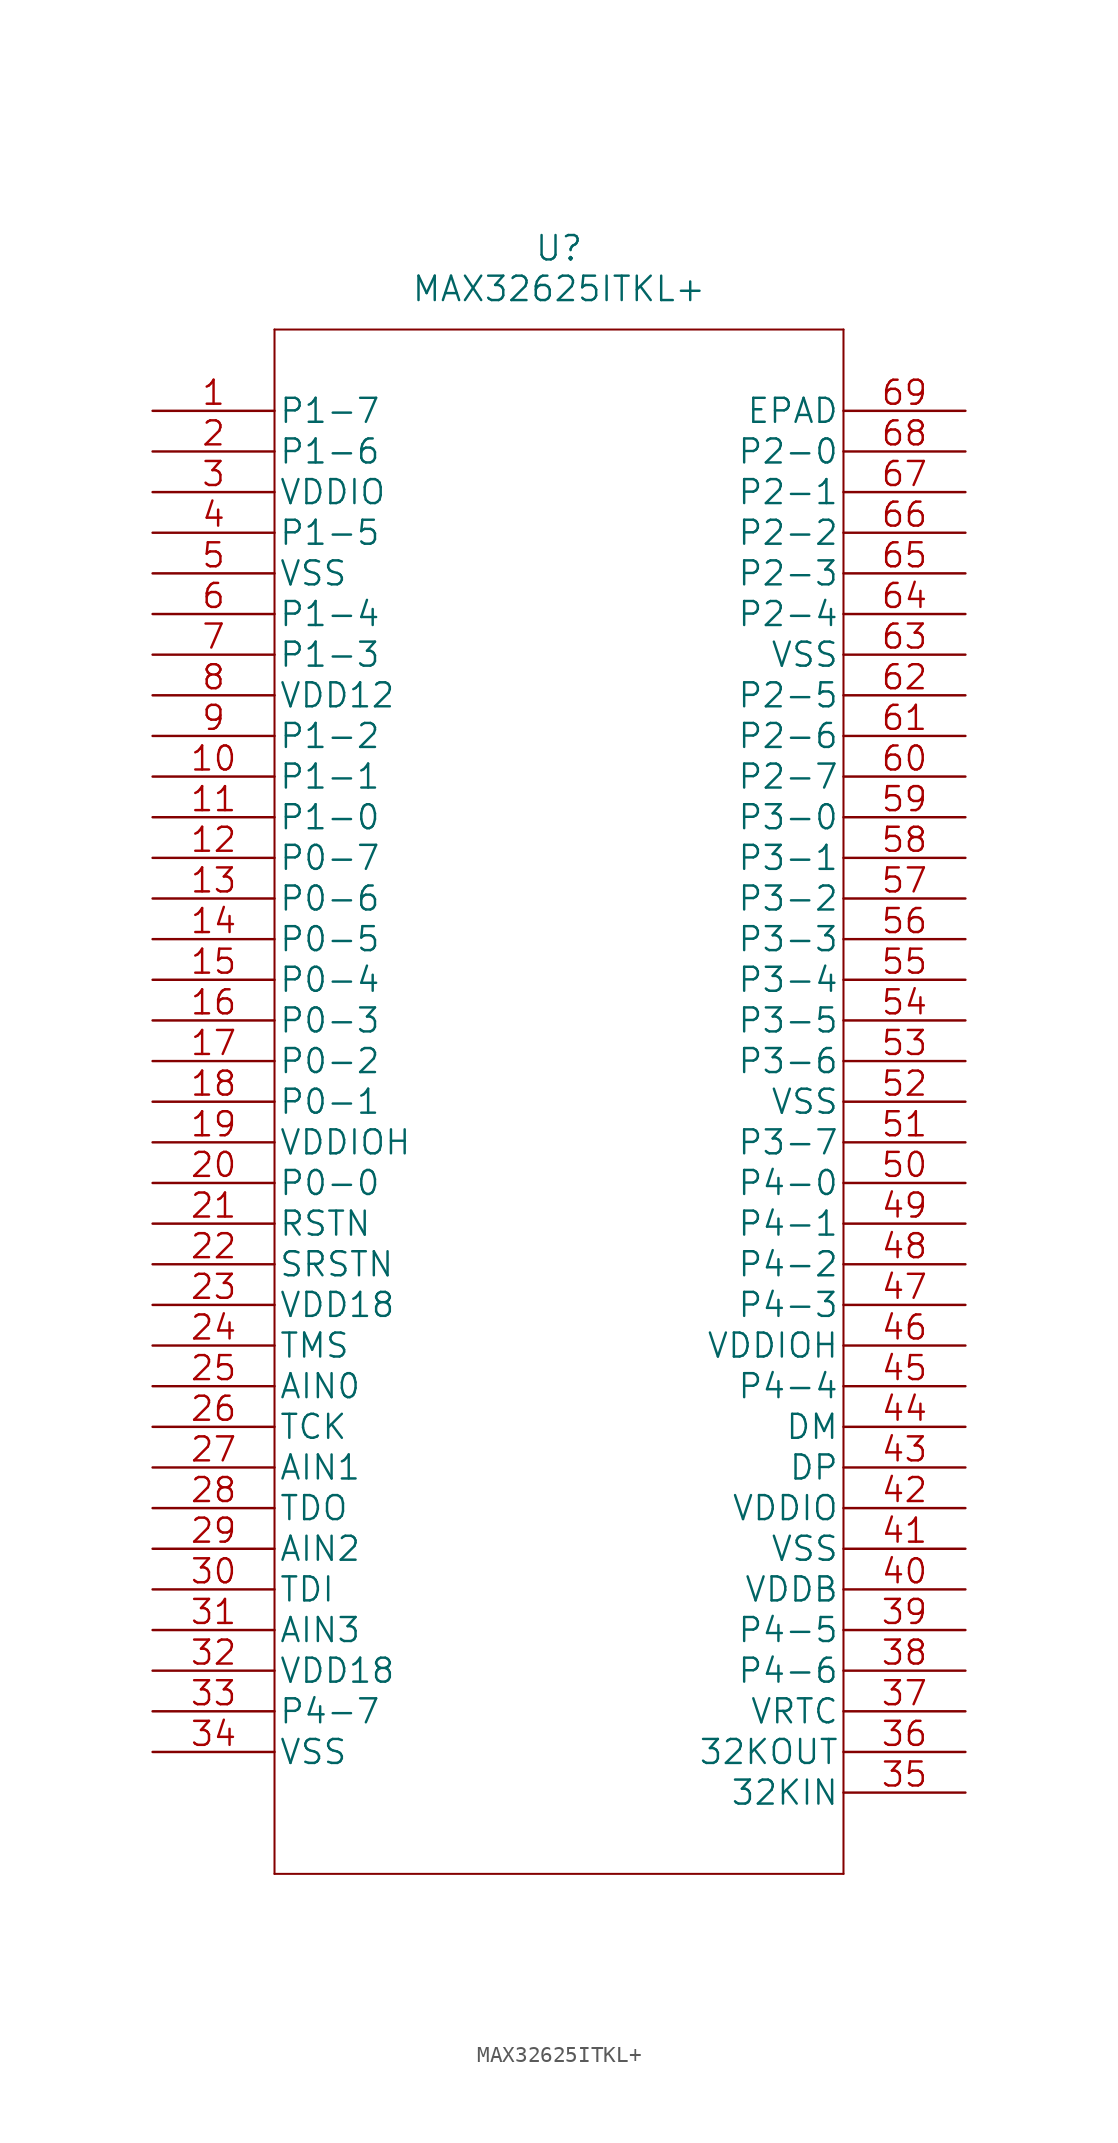
<source format=kicad_sym>
(kicad_symbol_lib
  (version 20211014)
  (generator kicad_symbol_editor)
  (symbol "MAX32625ITKL+"
    (pin_names
      (offset 0.254))
    (property "Reference" "U"
      (at 25.4 10.16 0)
      (effects (font (size 1.524 1.524))))
    (property "Value" "MAX32625ITKL+"
      (at 25.4 7.62 0)
      (effects (font (size 1.524 1.524))))
    (property "Datasheet" ""
      (at 0 0 0)
      (effects (font (size 1.524 1.524))))
    (property "ki_locked" ""
      (at 0 0 0)
      (effects (font (size 1.27 1.27))))
    (symbol "MAX32625ITKL+_1_1"
      (polyline (pts (xy 7.62 -91.44) (xy 43.18 -91.44)) (stroke (width 0.127) (type default) (color 0 0 0 0)) (fill (type none)))
      (polyline (pts (xy 7.62 5.08) (xy 7.62 -91.44)) (stroke (width 0.127) (type default) (color 0 0 0 0)) (fill (type none)))
      (polyline (pts (xy 43.18 -91.44) (xy 43.18 5.08)) (stroke (width 0.127) (type default) (color 0 0 0 0)) (fill (type none)))
      (polyline (pts (xy 43.18 5.08) (xy 7.62 5.08)) (stroke (width 0.127) (type default) (color 0 0 0 0)) (fill (type none)))
      (pin bidirectional line (at 0 0 0) (length 7.62) (name "P1-7" (effects (font (size 1.499 1.499)))) (number "1" (effects (font (size 1.499 1.499)))))
      (pin bidirectional line (at 0 -22.86 0) (length 7.62) (name "P1-1" (effects (font (size 1.499 1.499)))) (number "10" (effects (font (size 1.499 1.499)))))
      (pin bidirectional line (at 0 -25.4 0) (length 7.62) (name "P1-0" (effects (font (size 1.499 1.499)))) (number "11" (effects (font (size 1.499 1.499)))))
      (pin bidirectional line (at 0 -27.94 0) (length 7.62) (name "P0-7" (effects (font (size 1.499 1.499)))) (number "12" (effects (font (size 1.499 1.499)))))
      (pin bidirectional line (at 0 -30.48 0) (length 7.62) (name "P0-6" (effects (font (size 1.499 1.499)))) (number "13" (effects (font (size 1.499 1.499)))))
      (pin bidirectional line (at 0 -33.02 0) (length 7.62) (name "P0-5" (effects (font (size 1.499 1.499)))) (number "14" (effects (font (size 1.499 1.499)))))
      (pin bidirectional line (at 0 -35.56 0) (length 7.62) (name "P0-4" (effects (font (size 1.499 1.499)))) (number "15" (effects (font (size 1.499 1.499)))))
      (pin bidirectional line (at 0 -38.1 0) (length 7.62) (name "P0-3" (effects (font (size 1.499 1.499)))) (number "16" (effects (font (size 1.499 1.499)))))
      (pin bidirectional line (at 0 -40.64 0) (length 7.62) (name "P0-2" (effects (font (size 1.499 1.499)))) (number "17" (effects (font (size 1.499 1.499)))))
      (pin bidirectional line (at 0 -43.18 0) (length 7.62) (name "P0-1" (effects (font (size 1.499 1.499)))) (number "18" (effects (font (size 1.499 1.499)))))
      (pin power_in line (at 0 -45.72 0) (length 7.62) (name "VDDIOH" (effects (font (size 1.499 1.499)))) (number "19" (effects (font (size 1.499 1.499)))))
      (pin bidirectional line (at 0 -2.54 0) (length 7.62) (name "P1-6" (effects (font (size 1.499 1.499)))) (number "2" (effects (font (size 1.499 1.499)))))
      (pin bidirectional line (at 0 -48.26 0) (length 7.62) (name "P0-0" (effects (font (size 1.499 1.499)))) (number "20" (effects (font (size 1.499 1.499)))))
      (pin unspecified line (at 0 -50.8 0) (length 7.62) (name "RSTN" (effects (font (size 1.499 1.499)))) (number "21" (effects (font (size 1.499 1.499)))))
      (pin unspecified line (at 0 -53.34 0) (length 7.62) (name "SRSTN" (effects (font (size 1.499 1.499)))) (number "22" (effects (font (size 1.499 1.499)))))
      (pin power_in line (at 0 -55.88 0) (length 7.62) (name "VDD18" (effects (font (size 1.499 1.499)))) (number "23" (effects (font (size 1.499 1.499)))))
      (pin unspecified line (at 0 -58.42 0) (length 7.62) (name "TMS" (effects (font (size 1.499 1.499)))) (number "24" (effects (font (size 1.499 1.499)))))
      (pin bidirectional line (at 0 -60.96 0) (length 7.62) (name "AIN0" (effects (font (size 1.499 1.499)))) (number "25" (effects (font (size 1.499 1.499)))))
      (pin unspecified line (at 0 -63.5 0) (length 7.62) (name "TCK" (effects (font (size 1.499 1.499)))) (number "26" (effects (font (size 1.499 1.499)))))
      (pin input line (at 0 -66.04 0) (length 7.62) (name "AIN1" (effects (font (size 1.499 1.499)))) (number "27" (effects (font (size 1.499 1.499)))))
      (pin unspecified line (at 0 -68.58 0) (length 7.62) (name "TDO" (effects (font (size 1.499 1.499)))) (number "28" (effects (font (size 1.499 1.499)))))
      (pin input line (at 0 -71.12 0) (length 7.62) (name "AIN2" (effects (font (size 1.499 1.499)))) (number "29" (effects (font (size 1.499 1.499)))))
      (pin power_in line (at 0 -5.08 0) (length 7.62) (name "VDDIO" (effects (font (size 1.499 1.499)))) (number "3" (effects (font (size 1.499 1.499)))))
      (pin unspecified line (at 0 -73.66 0) (length 7.62) (name "TDI" (effects (font (size 1.499 1.499)))) (number "30" (effects (font (size 1.499 1.499)))))
      (pin input line (at 0 -76.2 0) (length 7.62) (name "AIN3" (effects (font (size 1.499 1.499)))) (number "31" (effects (font (size 1.499 1.499)))))
      (pin power_in line (at 0 -78.74 0) (length 7.62) (name "VDD18" (effects (font (size 1.499 1.499)))) (number "32" (effects (font (size 1.499 1.499)))))
      (pin bidirectional line (at 0 -81.28 0) (length 7.62) (name "P4-7" (effects (font (size 1.499 1.499)))) (number "33" (effects (font (size 1.499 1.499)))))
      (pin power_in line (at 0 -83.82 0) (length 7.62) (name "VSS" (effects (font (size 1.499 1.499)))) (number "34" (effects (font (size 1.499 1.499)))))
      (pin bidirectional line (at 50.8 -86.36 180) (length 7.62) (name "32KIN" (effects (font (size 1.499 1.499)))) (number "35" (effects (font (size 1.499 1.499)))))
      (pin output line (at 50.8 -83.82 180) (length 7.62) (name "32KOUT" (effects (font (size 1.499 1.499)))) (number "36" (effects (font (size 1.499 1.499)))))
      (pin unspecified line (at 50.8 -81.28 180) (length 7.62) (name "VRTC" (effects (font (size 1.499 1.499)))) (number "37" (effects (font (size 1.499 1.499)))))
      (pin bidirectional line (at 50.8 -78.74 180) (length 7.62) (name "P4-6" (effects (font (size 1.499 1.499)))) (number "38" (effects (font (size 1.499 1.499)))))
      (pin bidirectional line (at 50.8 -76.2 180) (length 7.62) (name "P4-5" (effects (font (size 1.499 1.499)))) (number "39" (effects (font (size 1.499 1.499)))))
      (pin bidirectional line (at 0 -7.62 0) (length 7.62) (name "P1-5" (effects (font (size 1.499 1.499)))) (number "4" (effects (font (size 1.499 1.499)))))
      (pin power_in line (at 50.8 -73.66 180) (length 7.62) (name "VDDB" (effects (font (size 1.499 1.499)))) (number "40" (effects (font (size 1.499 1.499)))))
      (pin power_in line (at 50.8 -71.12 180) (length 7.62) (name "VSS" (effects (font (size 1.499 1.499)))) (number "41" (effects (font (size 1.499 1.499)))))
      (pin power_in line (at 50.8 -68.58 180) (length 7.62) (name "VDDIO" (effects (font (size 1.499 1.499)))) (number "42" (effects (font (size 1.499 1.499)))))
      (pin unspecified line (at 50.8 -66.04 180) (length 7.62) (name "DP" (effects (font (size 1.499 1.499)))) (number "43" (effects (font (size 1.499 1.499)))))
      (pin unspecified line (at 50.8 -63.5 180) (length 7.62) (name "DM" (effects (font (size 1.499 1.499)))) (number "44" (effects (font (size 1.499 1.499)))))
      (pin bidirectional line (at 50.8 -60.96 180) (length 7.62) (name "P4-4" (effects (font (size 1.499 1.499)))) (number "45" (effects (font (size 1.499 1.499)))))
      (pin power_in line (at 50.8 -58.42 180) (length 7.62) (name "VDDIOH" (effects (font (size 1.499 1.499)))) (number "46" (effects (font (size 1.499 1.499)))))
      (pin bidirectional line (at 50.8 -55.88 180) (length 7.62) (name "P4-3" (effects (font (size 1.499 1.499)))) (number "47" (effects (font (size 1.499 1.499)))))
      (pin bidirectional line (at 50.8 -53.34 180) (length 7.62) (name "P4-2" (effects (font (size 1.499 1.499)))) (number "48" (effects (font (size 1.499 1.499)))))
      (pin bidirectional line (at 50.8 -50.8 180) (length 7.62) (name "P4-1" (effects (font (size 1.499 1.499)))) (number "49" (effects (font (size 1.499 1.499)))))
      (pin power_in line (at 0 -10.16 0) (length 7.62) (name "VSS" (effects (font (size 1.499 1.499)))) (number "5" (effects (font (size 1.499 1.499)))))
      (pin bidirectional line (at 50.8 -48.26 180) (length 7.62) (name "P4-0" (effects (font (size 1.499 1.499)))) (number "50" (effects (font (size 1.499 1.499)))))
      (pin bidirectional line (at 50.8 -45.72 180) (length 7.62) (name "P3-7" (effects (font (size 1.499 1.499)))) (number "51" (effects (font (size 1.499 1.499)))))
      (pin power_in line (at 50.8 -43.18 180) (length 7.62) (name "VSS" (effects (font (size 1.499 1.499)))) (number "52" (effects (font (size 1.499 1.499)))))
      (pin bidirectional line (at 50.8 -40.64 180) (length 7.62) (name "P3-6" (effects (font (size 1.499 1.499)))) (number "53" (effects (font (size 1.499 1.499)))))
      (pin bidirectional line (at 50.8 -38.1 180) (length 7.62) (name "P3-5" (effects (font (size 1.499 1.499)))) (number "54" (effects (font (size 1.499 1.499)))))
      (pin bidirectional line (at 50.8 -35.56 180) (length 7.62) (name "P3-4" (effects (font (size 1.499 1.499)))) (number "55" (effects (font (size 1.499 1.499)))))
      (pin bidirectional line (at 50.8 -33.02 180) (length 7.62) (name "P3-3" (effects (font (size 1.499 1.499)))) (number "56" (effects (font (size 1.499 1.499)))))
      (pin bidirectional line (at 50.8 -30.48 180) (length 7.62) (name "P3-2" (effects (font (size 1.499 1.499)))) (number "57" (effects (font (size 1.499 1.499)))))
      (pin bidirectional line (at 50.8 -27.94 180) (length 7.62) (name "P3-1" (effects (font (size 1.499 1.499)))) (number "58" (effects (font (size 1.499 1.499)))))
      (pin bidirectional line (at 50.8 -25.4 180) (length 7.62) (name "P3-0" (effects (font (size 1.499 1.499)))) (number "59" (effects (font (size 1.499 1.499)))))
      (pin bidirectional line (at 0 -12.7 0) (length 7.62) (name "P1-4" (effects (font (size 1.499 1.499)))) (number "6" (effects (font (size 1.499 1.499)))))
      (pin bidirectional line (at 50.8 -22.86 180) (length 7.62) (name "P2-7" (effects (font (size 1.499 1.499)))) (number "60" (effects (font (size 1.499 1.499)))))
      (pin bidirectional line (at 50.8 -20.32 180) (length 7.62) (name "P2-6" (effects (font (size 1.499 1.499)))) (number "61" (effects (font (size 1.499 1.499)))))
      (pin bidirectional line (at 50.8 -17.78 180) (length 7.62) (name "P2-5" (effects (font (size 1.499 1.499)))) (number "62" (effects (font (size 1.499 1.499)))))
      (pin power_in line (at 50.8 -15.24 180) (length 7.62) (name "VSS" (effects (font (size 1.499 1.499)))) (number "63" (effects (font (size 1.499 1.499)))))
      (pin bidirectional line (at 50.8 -12.7 180) (length 7.62) (name "P2-4" (effects (font (size 1.499 1.499)))) (number "64" (effects (font (size 1.499 1.499)))))
      (pin bidirectional line (at 50.8 -10.16 180) (length 7.62) (name "P2-3" (effects (font (size 1.499 1.499)))) (number "65" (effects (font (size 1.499 1.499)))))
      (pin bidirectional line (at 50.8 -7.62 180) (length 7.62) (name "P2-2" (effects (font (size 1.499 1.499)))) (number "66" (effects (font (size 1.499 1.499)))))
      (pin bidirectional line (at 50.8 -5.08 180) (length 7.62) (name "P2-1" (effects (font (size 1.499 1.499)))) (number "67" (effects (font (size 1.499 1.499)))))
      (pin bidirectional line (at 50.8 -2.54 180) (length 7.62) (name "P2-0" (effects (font (size 1.499 1.499)))) (number "68" (effects (font (size 1.499 1.499)))))
      (pin unspecified line (at 50.8 0 180) (length 7.62) (name "EPAD" (effects (font (size 1.499 1.499)))) (number "69" (effects (font (size 1.499 1.499)))))
      (pin bidirectional line (at 0 -15.24 0) (length 7.62) (name "P1-3" (effects (font (size 1.499 1.499)))) (number "7" (effects (font (size 1.499 1.499)))))
      (pin power_in line (at 0 -17.78 0) (length 7.62) (name "VDD12" (effects (font (size 1.499 1.499)))) (number "8" (effects (font (size 1.499 1.499)))))
      (pin bidirectional line (at 0 -20.32 0) (length 7.62) (name "P1-2" (effects (font (size 1.499 1.499)))) (number "9" (effects (font (size 1.499 1.499))))))))
</source>
